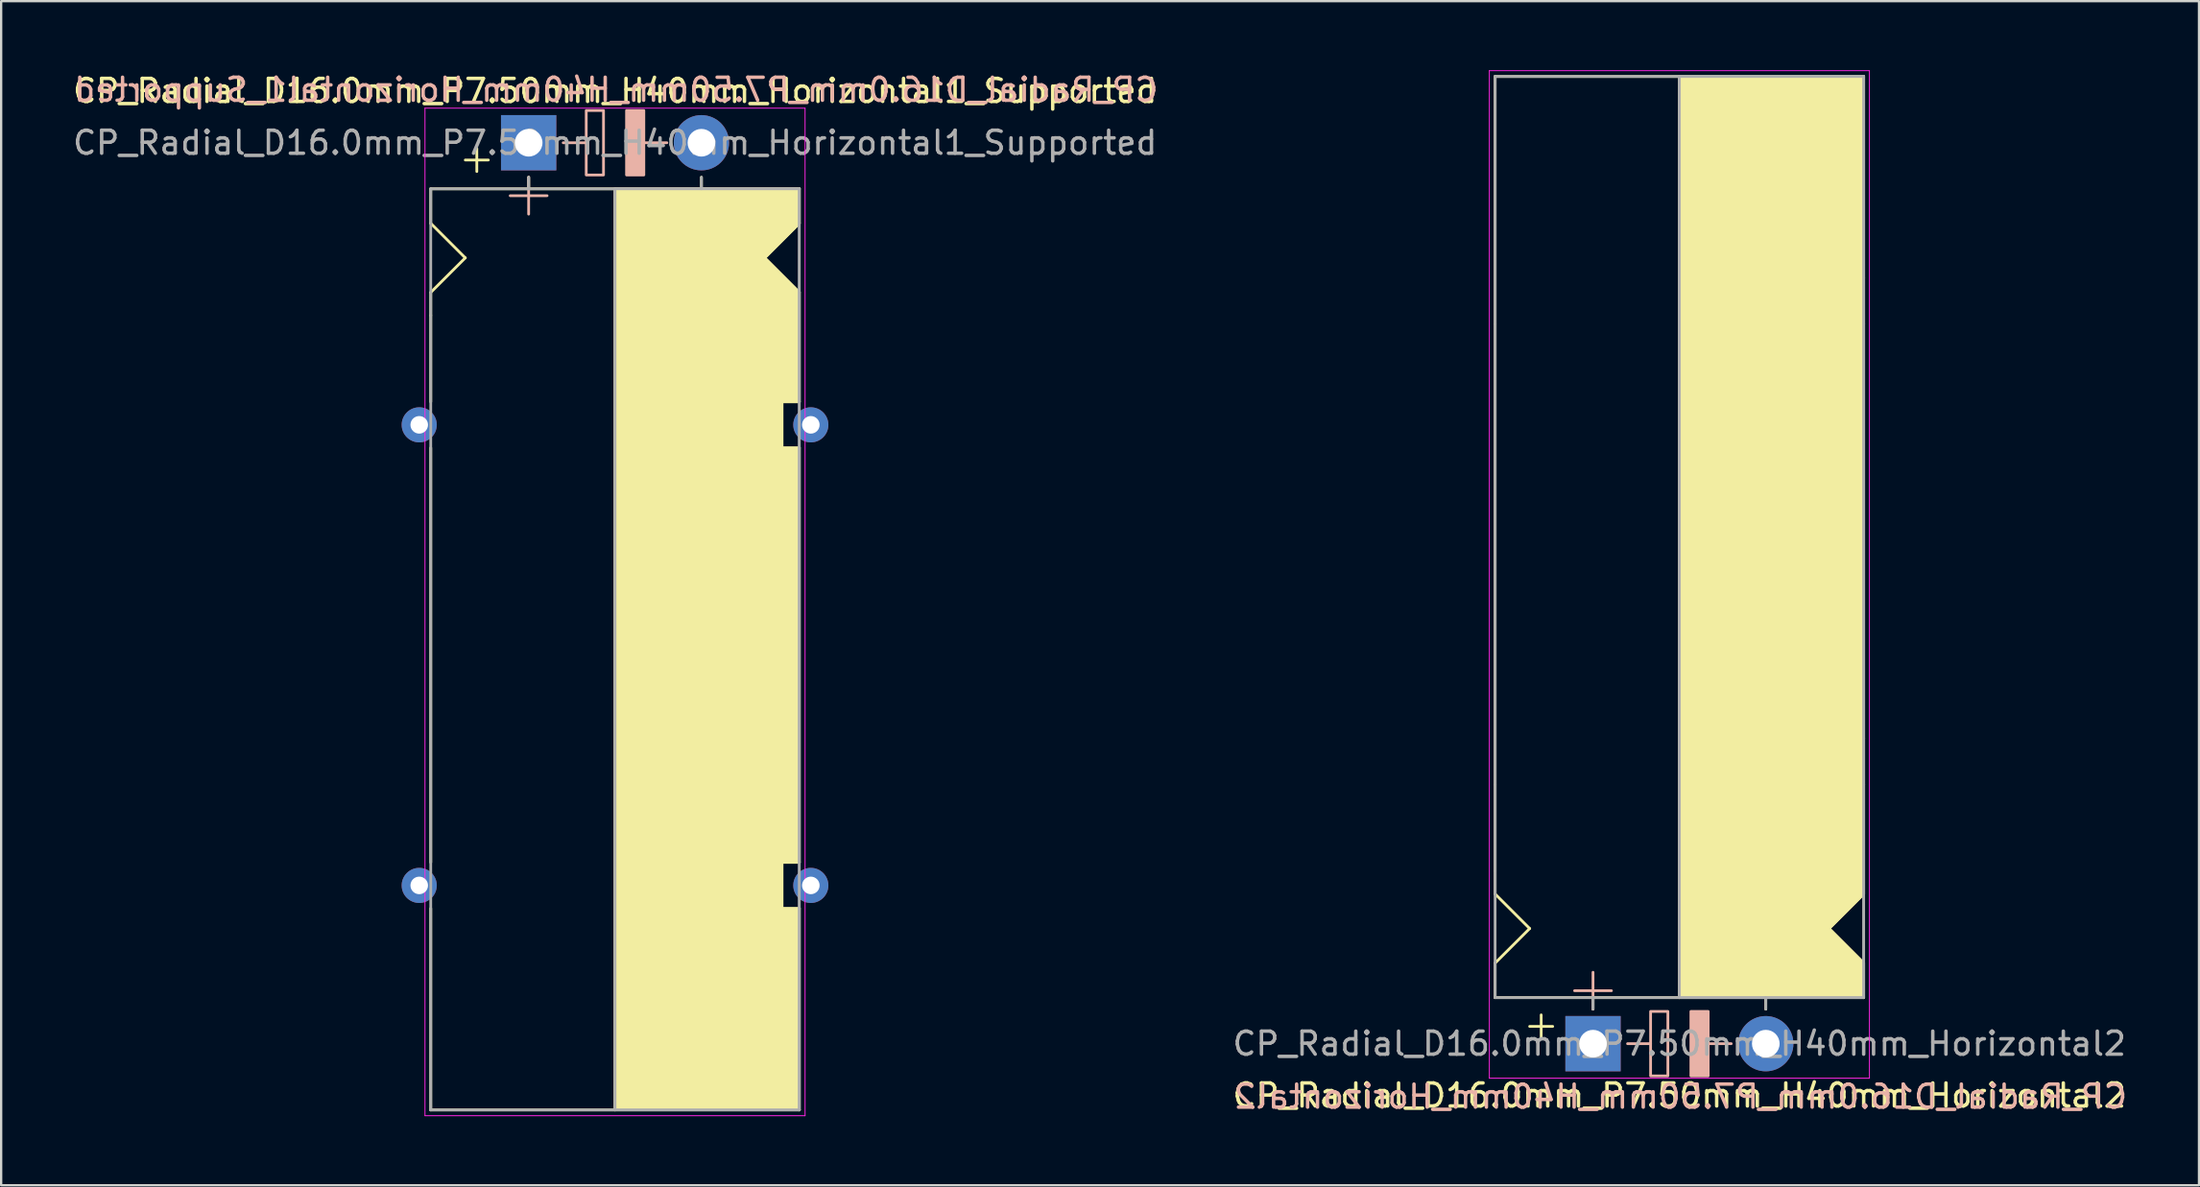
<source format=kicad_pcb>
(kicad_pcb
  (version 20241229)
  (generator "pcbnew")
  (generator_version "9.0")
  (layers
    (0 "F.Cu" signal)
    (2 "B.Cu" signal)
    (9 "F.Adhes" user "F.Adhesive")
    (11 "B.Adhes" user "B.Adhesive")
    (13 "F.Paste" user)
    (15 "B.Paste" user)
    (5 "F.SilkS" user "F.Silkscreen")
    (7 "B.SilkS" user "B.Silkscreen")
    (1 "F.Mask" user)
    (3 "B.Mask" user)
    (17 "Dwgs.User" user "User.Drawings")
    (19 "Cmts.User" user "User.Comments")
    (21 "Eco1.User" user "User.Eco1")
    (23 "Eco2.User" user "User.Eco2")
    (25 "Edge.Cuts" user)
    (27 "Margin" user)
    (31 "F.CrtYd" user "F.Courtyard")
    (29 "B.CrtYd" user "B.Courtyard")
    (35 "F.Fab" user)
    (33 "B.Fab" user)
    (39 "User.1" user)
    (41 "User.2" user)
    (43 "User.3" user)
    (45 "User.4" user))
  (footprint "CP_Radial_D16.0mm_P7.50mm_H40mm_Horizontal2"
    (layer "F.Cu")
    (at 66.104 42.27)
    (property "Reference" "CP_Radial_D16.0mm_P7.50mm_H40mm_Horizontal2" (at 3.75 2.25 0) (layer "F.SilkS") (effects (font (size 1 1) (thickness 0.15))))
    (fp_line (start -4.25 -31.25) (end -4.25 -42) (stroke (width 0.12) (type solid)) (layer "F.SilkS"))
    (fp_line (start -4.25 -31.25) (end -4.25 -11.25) (stroke (width 0.12) (type solid)) (layer "F.SilkS"))
    (fp_line (start -4.25 -7.5) (end -4.25 -11.25) (stroke (width 0.12) (type solid)) (layer "F.SilkS"))
    (fp_line (start -4.25 -6.5) (end -4.25 -7.5) (stroke (width 0.12) (type solid)) (layer "F.SilkS"))
    (fp_line (start -4.25 -3.5) (end -2.75 -5) (stroke (width 0.12) (type solid)) (layer "F.SilkS"))
    (fp_line (start -4.25 -2) (end -4.25 -3.5) (stroke (width 0.12) (type solid)) (layer "F.SilkS"))
    (fp_line (start -2.75 -5) (end -4.25 -6.5) (stroke (width 0.12) (type solid)) (layer "F.SilkS"))
    (fp_line (start -2.25 -1.25) (end -2.25 -0.25) (stroke (width 0.12) (type solid)) (layer "F.SilkS"))
    (fp_line (start -1.75 -0.75) (end -2.75 -0.75) (stroke (width 0.12) (type solid)) (layer "F.SilkS"))
    (fp_line (start 0 -1.5) (end 0 -2) (stroke (width 0.12) (type solid)) (layer "F.SilkS"))
    (fp_line (start 3.75 -2) (end -4.25 -2) (stroke (width 0.12) (type solid)) (layer "F.SilkS"))
    (fp_line (start 3.75 -2) (end 3.75 -42) (stroke (width 0.12) (type solid)) (layer "F.SilkS"))
    (fp_line (start 3.75 -2) (end 11.75 -2) (stroke (width 0.12) (type solid)) (layer "F.SilkS"))
    (fp_line (start 7.5 -1.5) (end 7.5 -2) (stroke (width 0.12) (type solid)) (layer "F.SilkS"))
    (fp_line (start 10.25 -5) (end 11.75 -6.5) (stroke (width 0.12) (type solid)) (layer "F.SilkS"))
    (fp_line (start 11 -31.25) (end 11.75 -31.25) (stroke (width 0.12) (type solid)) (layer "F.SilkS"))
    (fp_line (start 11 -11.25) (end 11.75 -11.25) (stroke (width 0.12) (type solid)) (layer "F.SilkS"))
    (fp_line (start 11.75 -42) (end -4.25 -42) (stroke (width 0.12) (type solid)) (layer "F.SilkS"))
    (fp_line (start 11.75 -42) (end 11.75 -33.25) (stroke (width 0.12) (type solid)) (layer "F.SilkS"))
    (fp_line (start 11.75 -33.25) (end 11 -33.25) (stroke (width 0.12) (type solid)) (layer "F.SilkS"))
    (fp_line (start 11.75 -33.25) (end 11.75 -31.25) (stroke (width 0.12) (type solid)) (layer "F.SilkS"))
    (fp_line (start 11.75 -13.25) (end 11 -13.25) (stroke (width 0.12) (type solid)) (layer "F.SilkS"))
    (fp_line (start 11.75 -13.25) (end 11.75 -31.25) (stroke (width 0.12) (type solid)) (layer "F.SilkS"))
    (fp_line (start 11.75 -13.25) (end 11.75 -11.25) (stroke (width 0.12) (type solid)) (layer "F.SilkS"))
    (fp_line (start 11.75 -11.25) (end 11.75 -6.5) (stroke (width 0.12) (type solid)) (layer "F.SilkS"))
    (fp_line (start 11.75 -3.5) (end 10.25 -5) (stroke (width 0.12) (type solid)) (layer "F.SilkS"))
    (fp_line (start 11.75 -2) (end 11.75 -3.5) (stroke (width 0.12) (type solid)) (layer "F.SilkS"))
    (fp_poly (pts (xy 11.75 -3.5) (xy 10.25 -5) (xy 11.75 -6.5) (xy 11.75 -11.25) (xy 11.748 -11.25) (xy 11.748 -13.25) (xy 11.75 -13.25) (xy 11.75 -31.25) (xy 11.748 -31.25) (xy 11.748 -33.25) (xy 11.75 -33.25) (xy 11.75 -42) (xy 3.75 -42) (xy 3.75 -2) (xy 11.75 -2)) (stroke (width 0.1) (type solid)) (fill yes) (layer "F.SilkS"))
    (fp_line (start 0 -3.1) (end 0 -1.5) (stroke (width 0.12) (type solid)) (layer "B.SilkS"))
    (fp_line (start 0.8 -2.3) (end -0.8 -2.3) (stroke (width 0.12) (type solid)) (layer "B.SilkS"))
    (fp_line (start 2.5 0) (end 1.5 0) (stroke (width 0.12) (type solid)) (layer "B.SilkS"))
    (fp_line (start 6 0) (end 5 0) (stroke (width 0.12) (type solid)) (layer "B.SilkS"))
    (fp_rect (start 2.5 -1.4) (end 3.25 1.4) (stroke (width 0.12) (type solid)) (fill no) (layer "B.SilkS"))
    (fp_rect (start 4.25 -1.4) (end 5 1.4) (stroke (width 0.12) (type solid)) (fill yes) (layer "B.SilkS"))
    (fp_line (start -4.5 -42.25) (end -4.5 1.5) (stroke (width 0.04) (type solid)) (layer "F.CrtYd"))
    (fp_line (start -4.5 1.5) (end 12 1.5) (stroke (width 0.04) (type solid)) (layer "F.CrtYd"))
    (fp_line (start 12 -42.25) (end -4.5 -42.25) (stroke (width 0.04) (type solid)) (layer "F.CrtYd"))
    (fp_line (start 12 1.5) (end 12 -42.25) (stroke (width 0.04) (type solid)) (layer "F.CrtYd"))
    (fp_line (start -4.25 -42) (end 11.75 -42) (stroke (width 0.12) (type solid)) (layer "F.Fab"))
    (fp_line (start -4.25 -2) (end -4.25 -42) (stroke (width 0.12) (type solid)) (layer "F.Fab"))
    (fp_line (start 0 -2) (end -4.25 -2) (stroke (width 0.12) (type solid)) (layer "F.Fab"))
    (fp_line (start 0 -1.5) (end 0 -2) (stroke (width 0.12) (type solid)) (layer "F.Fab"))
    (fp_line (start 3.75 -2) (end 3.75 -42) (stroke (width 0.12) (type solid)) (layer "F.Fab"))
    (fp_line (start 7.5 -1.5) (end 7.5 -2) (stroke (width 0.12) (type solid)) (layer "F.Fab"))
    (fp_line (start 11.75 -42) (end 11.75 -2) (stroke (width 0.12) (type solid)) (layer "F.Fab"))
    (fp_line (start 11.75 -2) (end 0 -2) (stroke (width 0.12) (type solid)) (layer "F.Fab"))
    (fp_poly (pts (xy 11.75 -42) (xy 3.75 -42) (xy 3.75 -2) (xy 11.75 -2)) (stroke (width 0.1) (type solid)) (fill no) (layer "F.Fab"))
    (fp_text user "${REFERENCE}" (at 3.8 2.3 0) (layer "B.SilkS") (effects (font (size 1 1) (thickness 0.15)) (justify mirror)))
    (fp_text user "${REFERENCE}" (at 3.75 0 0) (layer "F.Fab") (effects (font (size 1 1) (thickness 0.15))))
    (pad "1" thru_hole rect (at 0 0) (size 2.4 2.4) (drill 1.2) (layers "*.Cu" "*.Mask"))
    (pad "2" thru_hole circle (at 7.5 0) (size 2.4 2.4) (drill 1.2) (layers "*.Cu" "*.Mask")))
  (footprint "CP_Radial_D16.0mm_P7.50mm_H40mm_Horizontal1_Supported"
    (layer "F.Cu")
    (at 19.899 3.148)
    (property "Reference" "CP_Radial_D16.0mm_P7.50mm_H40mm_Horizontal1_Supported" (at 3.75 -2.25 0) (layer "F.SilkS") (effects (font (size 1 1) (thickness 0.15))))
    (fp_line (start -4.25 2) (end -4.25 3.5) (stroke (width 0.12) (type solid)) (layer "F.SilkS"))
    (fp_line (start -4.25 3.5) (end -2.75 5) (stroke (width 0.12) (type solid)) (layer "F.SilkS"))
    (fp_line (start -4.25 6.5) (end -4.25 7.5) (stroke (width 0.12) (type solid)) (layer "F.SilkS"))
    (fp_line (start -4.25 7.5) (end -4.25 11.25) (stroke (width 0.12) (type solid)) (layer "F.SilkS"))
    (fp_line (start -4.25 31.25) (end -4.25 13.25) (stroke (width 0.12) (type solid)) (layer "F.SilkS"))
    (fp_line (start -4.25 33.25) (end -4.25 42) (stroke (width 0.12) (type solid)) (layer "F.SilkS"))
    (fp_line (start -2.75 5) (end -4.25 6.5) (stroke (width 0.12) (type solid)) (layer "F.SilkS"))
    (fp_line (start -2.25 0.25) (end -2.25 1.25) (stroke (width 0.12) (type solid)) (layer "F.SilkS"))
    (fp_line (start -1.75 0.75) (end -2.75 0.75) (stroke (width 0.12) (type solid)) (layer "F.SilkS"))
    (fp_line (start 0 1.5) (end 0 2) (stroke (width 0.12) (type solid)) (layer "F.SilkS"))
    (fp_line (start 3.75 2) (end -4.25 2) (stroke (width 0.12) (type solid)) (layer "F.SilkS"))
    (fp_line (start 3.75 2) (end 3.75 42) (stroke (width 0.12) (type solid)) (layer "F.SilkS"))
    (fp_line (start 3.75 2) (end 11.75 2) (stroke (width 0.12) (type solid)) (layer "F.SilkS"))
    (fp_line (start 7.5 1.5) (end 7.5 2) (stroke (width 0.12) (type solid)) (layer "F.SilkS"))
    (fp_line (start 10.25 5) (end 11.75 6.5) (stroke (width 0.12) (type solid)) (layer "F.SilkS"))
    (fp_line (start 11 11.25) (end 11.75 11.25) (stroke (width 0.12) (type solid)) (layer "F.SilkS"))
    (fp_line (start 11 13.25) (end 11 11.25) (stroke (width 0.12) (type solid)) (layer "F.SilkS"))
    (fp_line (start 11 31.25) (end 11.75 31.25) (stroke (width 0.12) (type solid)) (layer "F.SilkS"))
    (fp_line (start 11 33.25) (end 11 31.25) (stroke (width 0.12) (type solid)) (layer "F.SilkS"))
    (fp_line (start 11.75 2) (end 11.75 3.5) (stroke (width 0.12) (type solid)) (layer "F.SilkS"))
    (fp_line (start 11.75 3.5) (end 10.25 5) (stroke (width 0.12) (type solid)) (layer "F.SilkS"))
    (fp_line (start 11.75 11.25) (end 11.75 6.5) (stroke (width 0.12) (type solid)) (layer "F.SilkS"))
    (fp_line (start 11.75 13.25) (end 11 13.25) (stroke (width 0.12) (type solid)) (layer "F.SilkS"))
    (fp_line (start 11.75 13.25) (end 11.75 31.25) (stroke (width 0.12) (type solid)) (layer "F.SilkS"))
    (fp_line (start 11.75 33.25) (end 11 33.25) (stroke (width 0.12) (type solid)) (layer "F.SilkS"))
    (fp_line (start 11.75 42) (end -4.25 42) (stroke (width 0.12) (type solid)) (layer "F.SilkS"))
    (fp_line (start 11.75 42) (end 11.75 33.25) (stroke (width 0.12) (type solid)) (layer "F.SilkS"))
    (fp_poly (pts (xy 11.75 3.5) (xy 10.25 5) (xy 11.75 6.5) (xy 11.75 11.25) (xy 11 11.25) (xy 11 13.25) (xy 11.75 13.25) (xy 11.75 31.25) (xy 11 31.25) (xy 11 33.25) (xy 11.75 33.25) (xy 11.75 42) (xy 3.75 42) (xy 3.75 2) (xy 11.75 2)) (stroke (width 0.1) (type solid)) (fill yes) (layer "F.SilkS"))
    (fp_line (start 0 1.5) (end 0 3.1) (stroke (width 0.12) (type solid)) (layer "B.SilkS"))
    (fp_line (start 0.8 2.3) (end -0.8 2.3) (stroke (width 0.12) (type solid)) (layer "B.SilkS"))
    (fp_line (start 2.5 0) (end 1.5 0) (stroke (width 0.12) (type solid)) (layer "B.SilkS"))
    (fp_line (start 6 0) (end 5 0) (stroke (width 0.12) (type solid)) (layer "B.SilkS"))
    (fp_rect (start 2.5 -1.4) (end 3.25 1.4) (stroke (width 0.12) (type solid)) (fill no) (layer "B.SilkS"))
    (fp_rect (start 4.25 -1.4) (end 5 1.4) (stroke (width 0.12) (type solid)) (fill yes) (layer "B.SilkS"))
    (fp_line (start -4.5 -1.5) (end 12 -1.5) (stroke (width 0.04) (type solid)) (layer "F.CrtYd"))
    (fp_line (start -4.5 42.25) (end -4.5 -1.5) (stroke (width 0.04) (type solid)) (layer "F.CrtYd"))
    (fp_line (start 12 -1.5) (end 12 42.25) (stroke (width 0.04) (type solid)) (layer "F.CrtYd"))
    (fp_line (start 12 42.25) (end -4.5 42.25) (stroke (width 0.04) (type solid)) (layer "F.CrtYd"))
    (fp_line (start -4.25 2) (end -4.25 42) (stroke (width 0.12) (type solid)) (layer "F.Fab"))
    (fp_line (start -4.25 42) (end 11.75 42) (stroke (width 0.12) (type solid)) (layer "F.Fab"))
    (fp_line (start 0 1.5) (end 0 2) (stroke (width 0.12) (type solid)) (layer "F.Fab"))
    (fp_line (start 0 2) (end -4.25 2) (stroke (width 0.12) (type solid)) (layer "F.Fab"))
    (fp_line (start 3.75 2) (end 3.75 42) (stroke (width 0.12) (type solid)) (layer "F.Fab"))
    (fp_line (start 7.5 1.5) (end 7.5 2) (stroke (width 0.12) (type solid)) (layer "F.Fab"))
    (fp_line (start 11.75 2) (end 0 2) (stroke (width 0.12) (type solid)) (layer "F.Fab"))
    (fp_line (start 11.75 42) (end 11.75 2) (stroke (width 0.12) (type solid)) (layer "F.Fab"))
    (fp_poly (pts (xy 11.75 42) (xy 3.75 42) (xy 3.75 2) (xy 11.75 2)) (stroke (width 0.1) (type solid)) (fill no) (layer "F.Fab"))
    (fp_text user "${REFERENCE}" (at 3.8 -2.3 0) (layer "B.SilkS") (effects (font (size 1 1) (thickness 0.15)) (justify mirror)))
    (fp_text user "${REFERENCE}" (at 3.75 0 0) (layer "F.Fab") (effects (font (size 1 1) (thickness 0.15))))
    (pad "1" thru_hole rect (at 0 0) (size 2.4 2.4) (drill 1.2) (layers "*.Cu" "*.Mask"))
    (pad "2" thru_hole circle (at 7.5 0) (size 2.4 2.4) (drill 1.2) (layers "*.Cu" "*.Mask"))
    (pad "~" thru_hole circle (at -4.75 12.25) (size 1.524 1.524) (drill 0.762) (layers "*.Cu" "*.Mask"))
    (pad "~" thru_hole circle (at -4.75 32.25) (size 1.524 1.524) (drill 0.762) (layers "*.Cu" "*.Mask"))
    (pad "~" thru_hole circle (at 12.25 12.25) (size 1.524 1.524) (drill 0.762) (layers "*.Cu" "*.Mask"))
    (pad "~" thru_hole circle (at 12.25 32.25) (size 1.524 1.524) (drill 0.762) (layers "*.Cu" "*.Mask")))
  (gr_rect
    (start -3 -3)
    (end 92.41 48.418)
    (stroke (width 0.1) (type default))
    (fill no)
    (layer "Edge.Cuts")))
</source>
